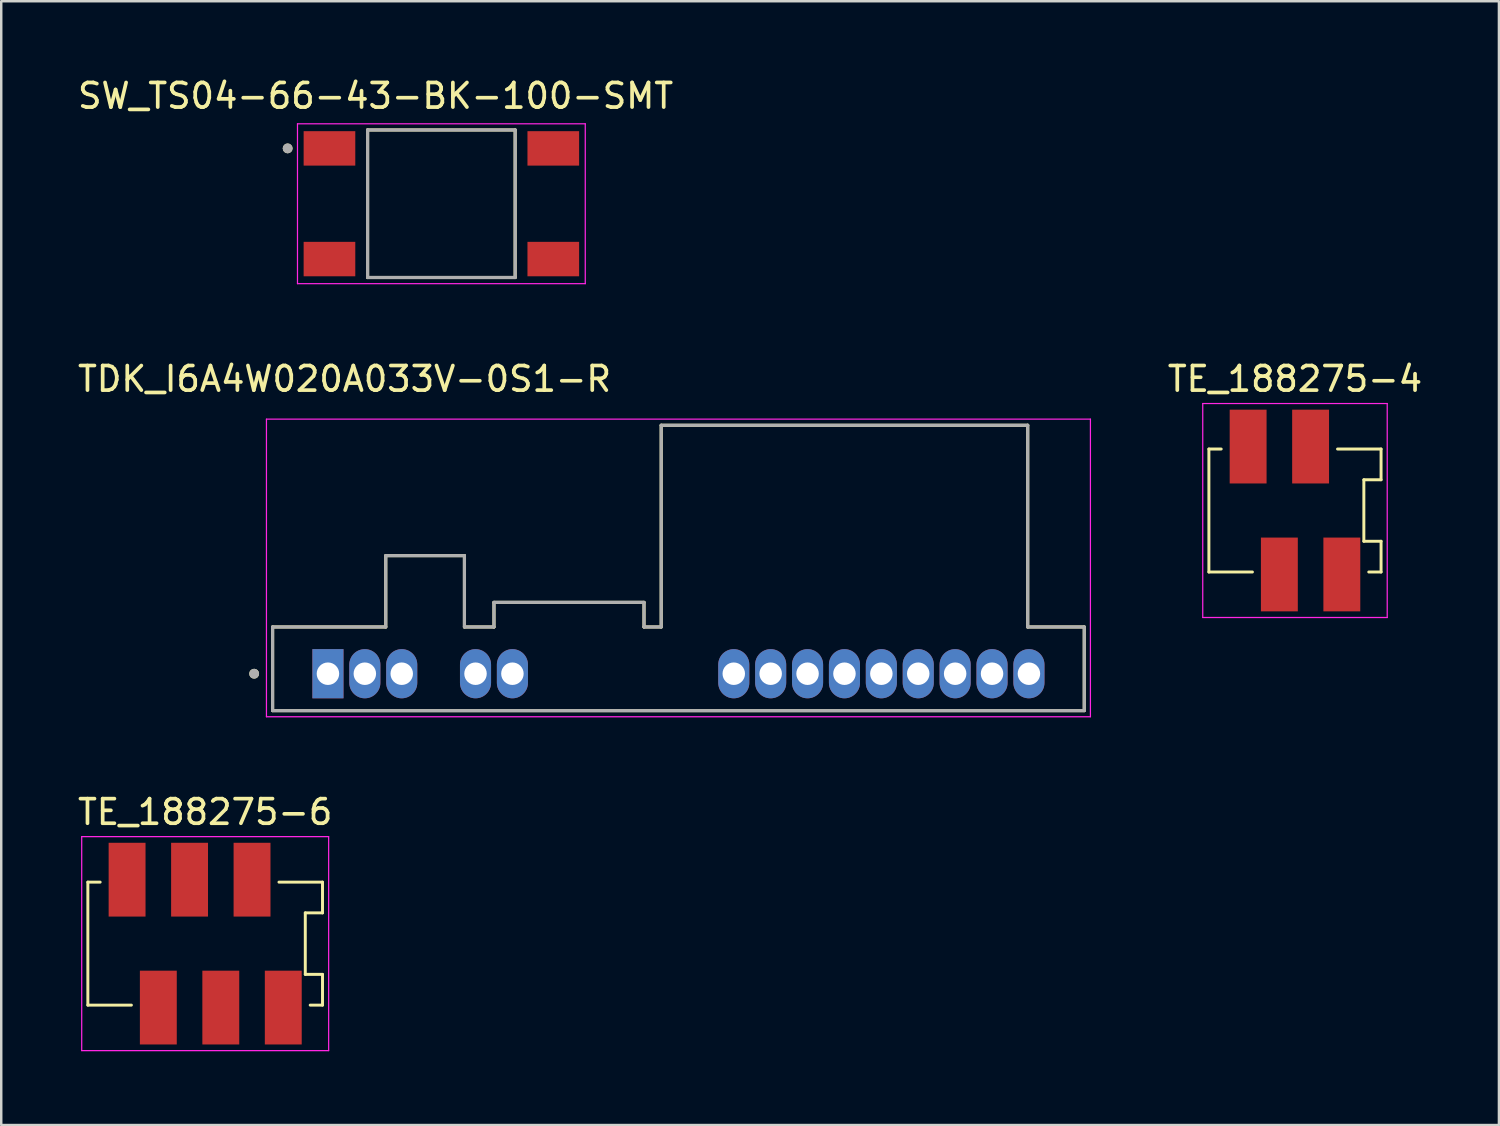
<source format=kicad_pcb>
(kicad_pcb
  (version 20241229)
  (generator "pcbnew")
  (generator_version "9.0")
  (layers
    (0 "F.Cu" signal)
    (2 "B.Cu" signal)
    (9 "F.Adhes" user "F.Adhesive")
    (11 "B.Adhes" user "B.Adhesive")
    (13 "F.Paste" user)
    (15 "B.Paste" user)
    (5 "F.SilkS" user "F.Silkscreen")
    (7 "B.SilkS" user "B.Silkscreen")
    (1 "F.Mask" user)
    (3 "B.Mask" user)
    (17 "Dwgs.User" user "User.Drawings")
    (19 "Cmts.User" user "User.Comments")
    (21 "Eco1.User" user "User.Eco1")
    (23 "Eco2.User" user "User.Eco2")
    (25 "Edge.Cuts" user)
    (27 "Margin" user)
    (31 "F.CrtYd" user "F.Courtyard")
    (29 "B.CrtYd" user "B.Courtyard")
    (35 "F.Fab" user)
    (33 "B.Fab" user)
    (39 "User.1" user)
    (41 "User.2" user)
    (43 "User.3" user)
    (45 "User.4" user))
  (footprint "SW_TS04-66-43-BK-100-SMT"
    (layer "F.Cu")
    (at 14.895 5.233)
    (property "Reference" "SW_TS04-66-43-BK-100-SMT" (at -2.675 -4.385 0) (layer "F.SilkS") (effects (font (size 1 1) (thickness 0.15))))
    (attr smd)
    (fp_line (start -3 -3) (end -3 3) (stroke (width 0.127) (type solid)) (layer "F.SilkS"))
    (fp_line (start -3 3) (end 3 3) (stroke (width 0.127) (type solid)) (layer "F.SilkS"))
    (fp_line (start 3 -3) (end -3 -3) (stroke (width 0.127) (type solid)) (layer "F.SilkS"))
    (fp_line (start 3 3) (end 3 -3) (stroke (width 0.127) (type solid)) (layer "F.SilkS"))
    (fp_circle (center -6.25 -2.25) (end -6.15 -2.25) (stroke (width 0.2) (type solid)) (fill no) (layer "F.SilkS"))
    (fp_line (start -5.85 -3.25) (end -5.85 3.25) (stroke (width 0.05) (type solid)) (layer "F.CrtYd"))
    (fp_line (start -5.85 3.25) (end 5.85 3.25) (stroke (width 0.05) (type solid)) (layer "F.CrtYd"))
    (fp_line (start 5.85 -3.25) (end -5.85 -3.25) (stroke (width 0.05) (type solid)) (layer "F.CrtYd"))
    (fp_line (start 5.85 3.25) (end 5.85 -3.25) (stroke (width 0.05) (type solid)) (layer "F.CrtYd"))
    (fp_line (start -3 -3) (end -3 3) (stroke (width 0.127) (type solid)) (layer "F.Fab"))
    (fp_line (start -3 3) (end 3 3) (stroke (width 0.127) (type solid)) (layer "F.Fab"))
    (fp_line (start 3 -3) (end -3 -3) (stroke (width 0.127) (type solid)) (layer "F.Fab"))
    (fp_line (start 3 3) (end 3 -3) (stroke (width 0.127) (type solid)) (layer "F.Fab"))
    (fp_circle (center -6.25 -2.25) (end -6.15 -2.25) (stroke (width 0.2) (type solid)) (fill no) (layer "F.Fab"))
    (pad "1" smd rect (at -4.55 -2.25) (size 2.1 1.4) (layers "F.Cu" "F.Mask" "F.Paste"))
    (pad "2" smd rect (at -4.55 2.25) (size 2.1 1.4) (layers "F.Cu" "F.Mask" "F.Paste"))
    (pad "3" smd rect (at 4.55 -2.25) (size 2.1 1.4) (layers "F.Cu" "F.Mask" "F.Paste"))
    (pad "4" smd rect (at 4.55 2.25) (size 2.1 1.4) (layers "F.Cu" "F.Mask" "F.Paste")))
  (footprint "TDK_I6A4W020A033V-0S1-R"
    (layer "F.Cu")
    (at 10.283 24.341)
    (property "Reference" "TDK_I6A4W020A033V-0S1-R" (at 0.675 -11.985 0) (layer "F.SilkS") (effects (font (size 1 1) (thickness 0.15))))
    (attr through_hole)
    (fp_line (start -2.25 -1.9) (end 2.35 -1.9) (stroke (width 0.127) (type solid)) (layer "F.SilkS"))
    (fp_line (start -2.25 1.5) (end -2.25 -1.9) (stroke (width 0.127) (type solid)) (layer "F.SilkS"))
    (fp_line (start 2.35 -4.8) (end 5.55 -4.8) (stroke (width 0.127) (type solid)) (layer "F.SilkS"))
    (fp_line (start 2.35 -1.9) (end 2.35 -4.8) (stroke (width 0.127) (type solid)) (layer "F.SilkS"))
    (fp_line (start 5.55 -4.8) (end 5.55 -1.9) (stroke (width 0.127) (type solid)) (layer "F.SilkS"))
    (fp_line (start 5.55 -1.9) (end 6.75 -1.9) (stroke (width 0.127) (type solid)) (layer "F.SilkS"))
    (fp_line (start 6.75 -2.9) (end 12.85 -2.9) (stroke (width 0.127) (type solid)) (layer "F.SilkS"))
    (fp_line (start 6.75 -1.9) (end 6.75 -2.9) (stroke (width 0.127) (type solid)) (layer "F.SilkS"))
    (fp_line (start 12.85 -2.9) (end 12.85 -1.9) (stroke (width 0.127) (type solid)) (layer "F.SilkS"))
    (fp_line (start 12.85 -1.9) (end 13.55 -1.9) (stroke (width 0.127) (type solid)) (layer "F.SilkS"))
    (fp_line (start 13.55 -10.1) (end 28.45 -10.1) (stroke (width 0.127) (type solid)) (layer "F.SilkS"))
    (fp_line (start 13.55 -1.9) (end 13.55 -10.1) (stroke (width 0.127) (type solid)) (layer "F.SilkS"))
    (fp_line (start 28.45 -10.1) (end 28.45 -1.9) (stroke (width 0.127) (type solid)) (layer "F.SilkS"))
    (fp_line (start 28.45 -1.9) (end 30.75 -1.9) (stroke (width 0.127) (type solid)) (layer "F.SilkS"))
    (fp_line (start 30.75 -1.9) (end 30.75 1.5) (stroke (width 0.127) (type solid)) (layer "F.SilkS"))
    (fp_line (start 30.75 1.5) (end -2.25 1.5) (stroke (width 0.127) (type solid)) (layer "F.SilkS"))
    (fp_circle (center -3 0) (end -2.9 0) (stroke (width 0.2) (type solid)) (fill no) (layer "F.SilkS"))
    (fp_line (start -2.5 -10.35) (end -2.5 1.75) (stroke (width 0.05) (type solid)) (layer "F.CrtYd"))
    (fp_line (start -2.5 1.75) (end 31 1.75) (stroke (width 0.05) (type solid)) (layer "F.CrtYd"))
    (fp_line (start 31 -10.35) (end -2.5 -10.35) (stroke (width 0.05) (type solid)) (layer "F.CrtYd"))
    (fp_line (start 31 1.75) (end 31 -10.35) (stroke (width 0.05) (type solid)) (layer "F.CrtYd"))
    (fp_line (start -2.25 -1.9) (end 2.35 -1.9) (stroke (width 0.127) (type solid)) (layer "F.Fab"))
    (fp_line (start -2.25 1.5) (end -2.25 -1.9) (stroke (width 0.127) (type solid)) (layer "F.Fab"))
    (fp_line (start 2.35 -4.8) (end 5.55 -4.8) (stroke (width 0.127) (type solid)) (layer "F.Fab"))
    (fp_line (start 2.35 -1.9) (end 2.35 -4.8) (stroke (width 0.127) (type solid)) (layer "F.Fab"))
    (fp_line (start 5.55 -4.8) (end 5.55 -1.9) (stroke (width 0.127) (type solid)) (layer "F.Fab"))
    (fp_line (start 5.55 -1.9) (end 6.75 -1.9) (stroke (width 0.127) (type solid)) (layer "F.Fab"))
    (fp_line (start 6.75 -2.9) (end 12.85 -2.9) (stroke (width 0.127) (type solid)) (layer "F.Fab"))
    (fp_line (start 6.75 -1.9) (end 6.75 -2.9) (stroke (width 0.127) (type solid)) (layer "F.Fab"))
    (fp_line (start 12.85 -2.9) (end 12.85 -1.9) (stroke (width 0.127) (type solid)) (layer "F.Fab"))
    (fp_line (start 12.85 -1.9) (end 13.55 -1.9) (stroke (width 0.127) (type solid)) (layer "F.Fab"))
    (fp_line (start 13.55 -10.1) (end 28.45 -10.1) (stroke (width 0.127) (type solid)) (layer "F.Fab"))
    (fp_line (start 13.55 -1.9) (end 13.55 -10.1) (stroke (width 0.127) (type solid)) (layer "F.Fab"))
    (fp_line (start 28.45 -10.1) (end 28.45 -1.9) (stroke (width 0.127) (type solid)) (layer "F.Fab"))
    (fp_line (start 28.45 -1.9) (end 30.75 -1.9) (stroke (width 0.127) (type solid)) (layer "F.Fab"))
    (fp_line (start 30.75 -1.9) (end 30.75 1.5) (stroke (width 0.127) (type solid)) (layer "F.Fab"))
    (fp_line (start 30.75 1.5) (end -2.25 1.5) (stroke (width 0.127) (type solid)) (layer "F.Fab"))
    (fp_circle (center -3 0) (end -2.9 0) (stroke (width 0.2) (type solid)) (fill no) (layer "F.Fab"))
    (pad "1" thru_hole rect (at 0 0) (size 1.264 2) (drill 0.914) (layers "*.Cu" "*.Mask"))
    (pad "2" thru_hole oval (at 1.5 0) (size 1.264 2) (drill 0.914) (layers "*.Cu" "*.Mask"))
    (pad "3" thru_hole oval (at 3 0) (size 1.264 2) (drill 0.914) (layers "*.Cu" "*.Mask"))
    (pad "4" thru_hole oval (at 6 0) (size 1.264 2) (drill 0.914) (layers "*.Cu" "*.Mask"))
    (pad "5" thru_hole oval (at 7.5 0) (size 1.264 2) (drill 0.914) (layers "*.Cu" "*.Mask"))
    (pad "10" thru_hole oval (at 16.5 0) (size 1.264 2) (drill 0.914) (layers "*.Cu" "*.Mask"))
    (pad "11" thru_hole oval (at 18 0) (size 1.264 2) (drill 0.914) (layers "*.Cu" "*.Mask"))
    (pad "12" thru_hole oval (at 19.5 0) (size 1.264 2) (drill 0.914) (layers "*.Cu" "*.Mask"))
    (pad "13" thru_hole oval (at 21 0) (size 1.264 2) (drill 0.914) (layers "*.Cu" "*.Mask"))
    (pad "14" thru_hole oval (at 22.5 0) (size 1.264 2) (drill 0.914) (layers "*.Cu" "*.Mask"))
    (pad "15" thru_hole oval (at 24 0) (size 1.264 2) (drill 0.914) (layers "*.Cu" "*.Mask"))
    (pad "16" thru_hole oval (at 25.5 0) (size 1.264 2) (drill 0.914) (layers "*.Cu" "*.Mask"))
    (pad "17" thru_hole oval (at 27 0) (size 1.264 2) (drill 0.914) (layers "*.Cu" "*.Mask"))
    (pad "18" thru_hole oval (at 28.5 0) (size 1.264 2) (drill 0.914) (layers "*.Cu" "*.Mask")))
  (footprint "TE_188275-6"
    (layer "F.Cu")
    (at 5.292 35.315)
    (property "Reference" "TE_188275-6" (at 0 -5.35 0) (layer "F.SilkS") (effects (font (size 1 1) (thickness 0.15))))
    (attr smd)
    (fp_line (start -4.77 -2.5) (end -4.77 2.5) (stroke (width 0.12) (type solid)) (layer "F.SilkS"))
    (fp_line (start -4.77 2.5) (end -3 2.5) (stroke (width 0.12) (type solid)) (layer "F.SilkS"))
    (fp_line (start -4.27 -2.5) (end -4.77 -2.5) (stroke (width 0.12) (type solid)) (layer "F.SilkS"))
    (fp_line (start 3 -2.5) (end 4.77 -2.5) (stroke (width 0.12) (type solid)) (layer "F.SilkS"))
    (fp_line (start 4.07 -1.25) (end 4.07 1.25) (stroke (width 0.12) (type solid)) (layer "F.SilkS"))
    (fp_line (start 4.07 1.25) (end 4.77 1.25) (stroke (width 0.12) (type solid)) (layer "F.SilkS"))
    (fp_line (start 4.77 -2.5) (end 4.77 -1.25) (stroke (width 0.12) (type solid)) (layer "F.SilkS"))
    (fp_line (start 4.77 -1.25) (end 4.07 -1.25) (stroke (width 0.12) (type solid)) (layer "F.SilkS"))
    (fp_line (start 4.77 1.25) (end 4.77 2.5) (stroke (width 0.12) (type solid)) (layer "F.SilkS"))
    (fp_line (start 4.77 2.5) (end 4.27 2.5) (stroke (width 0.12) (type solid)) (layer "F.SilkS"))
    (fp_line (start -5.02 -4.35) (end 5.02 -4.35) (stroke (width 0.05) (type solid)) (layer "F.CrtYd"))
    (fp_line (start -5.02 4.35) (end -5.02 -4.35) (stroke (width 0.05) (type solid)) (layer "F.CrtYd"))
    (fp_line (start 5.02 -4.35) (end 5.02 4.35) (stroke (width 0.05) (type solid)) (layer "F.CrtYd"))
    (fp_line (start 5.02 4.35) (end -5.02 4.35) (stroke (width 0.05) (type solid)) (layer "F.CrtYd"))
    (pad "1" smd rect (at -3.175 -2.6) (size 1.5 3) (layers "F.Cu" "F.Mask" "F.Paste"))
    (pad "2" smd rect (at -1.905 2.6) (size 1.5 3) (layers "F.Cu" "F.Mask" "F.Paste"))
    (pad "3" smd rect (at -0.635 -2.6) (size 1.5 3) (layers "F.Cu" "F.Mask" "F.Paste"))
    (pad "4" smd rect (at 0.635 2.6) (size 1.5 3) (layers "F.Cu" "F.Mask" "F.Paste"))
    (pad "5" smd rect (at 1.905 -2.6) (size 1.5 3) (layers "F.Cu" "F.Mask" "F.Paste"))
    (pad "6" smd rect (at 3.175 2.6) (size 1.5 3) (layers "F.Cu" "F.Mask" "F.Paste")))
  (footprint "TE_188275-4"
    (layer "F.Cu")
    (at 49.6 17.706)
    (property "Reference" "TE_188275-4" (at 0 -5.35 0) (layer "F.SilkS") (effects (font (size 1 1) (thickness 0.15))))
    (attr smd)
    (fp_line (start -3.5 -2.5) (end -3.5 2.5) (stroke (width 0.12) (type solid)) (layer "F.SilkS"))
    (fp_line (start -3.5 2.5) (end -1.73 2.5) (stroke (width 0.12) (type solid)) (layer "F.SilkS"))
    (fp_line (start -3 -2.5) (end -3.5 -2.5) (stroke (width 0.12) (type solid)) (layer "F.SilkS"))
    (fp_line (start 1.73 -2.5) (end 3.5 -2.5) (stroke (width 0.12) (type solid)) (layer "F.SilkS"))
    (fp_line (start 2.8 -1.25) (end 2.8 1.25) (stroke (width 0.12) (type solid)) (layer "F.SilkS"))
    (fp_line (start 2.8 1.25) (end 3.5 1.25) (stroke (width 0.12) (type solid)) (layer "F.SilkS"))
    (fp_line (start 3.5 -2.5) (end 3.5 -1.25) (stroke (width 0.12) (type solid)) (layer "F.SilkS"))
    (fp_line (start 3.5 -1.25) (end 2.8 -1.25) (stroke (width 0.12) (type solid)) (layer "F.SilkS"))
    (fp_line (start 3.5 1.25) (end 3.5 2.5) (stroke (width 0.12) (type solid)) (layer "F.SilkS"))
    (fp_line (start 3.5 2.5) (end 3 2.5) (stroke (width 0.12) (type solid)) (layer "F.SilkS"))
    (fp_line (start -3.75 -4.35) (end 3.75 -4.35) (stroke (width 0.05) (type solid)) (layer "F.CrtYd"))
    (fp_line (start -3.75 4.35) (end -3.75 -4.35) (stroke (width 0.05) (type solid)) (layer "F.CrtYd"))
    (fp_line (start 3.75 -4.35) (end 3.75 4.35) (stroke (width 0.05) (type solid)) (layer "F.CrtYd"))
    (fp_line (start 3.75 4.35) (end -3.75 4.35) (stroke (width 0.05) (type solid)) (layer "F.CrtYd"))
    (pad "1" smd rect (at -1.905 -2.6) (size 1.5 3) (layers "F.Cu" "F.Mask" "F.Paste"))
    (pad "2" smd rect (at -0.635 2.6) (size 1.5 3) (layers "F.Cu" "F.Mask" "F.Paste"))
    (pad "3" smd rect (at 0.635 -2.6) (size 1.5 3) (layers "F.Cu" "F.Mask" "F.Paste"))
    (pad "4" smd rect (at 1.905 2.6) (size 1.5 3) (layers "F.Cu" "F.Mask" "F.Paste")))
  (gr_rect
    (start -3 -3)
    (end 57.892 42.69)
    (stroke (width 0.1) (type default))
    (fill no)
    (layer "Edge.Cuts")))
</source>
